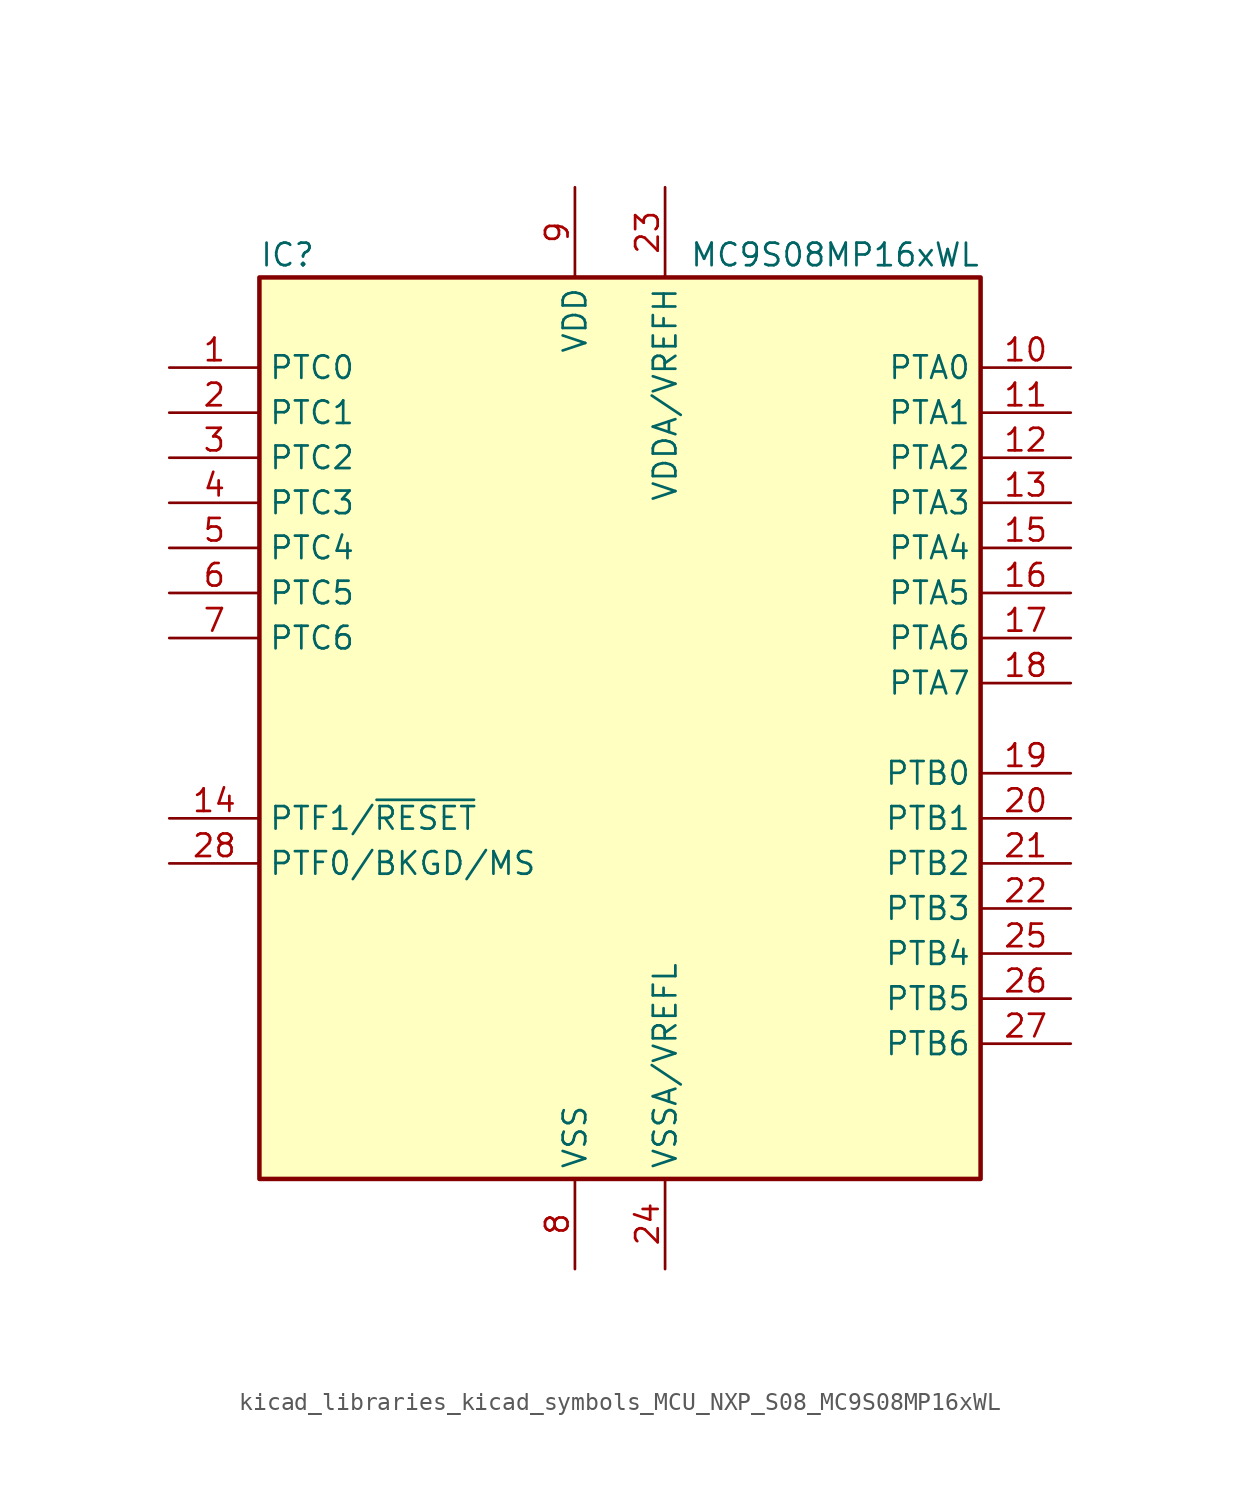
<source format=kicad_sym>
(kicad_symbol_lib
  (version 20220914)
  (generator kicad_symbol_editor)
  (symbol "kicad_libraries_kicad_symbols_MCU_NXP_S08_MC9S08MP16xWL"
    (property "Reference" "IC"
      (at -20.32 26.67 0)
      (effects (font (size 1.27 1.27)) (justify left)))
    (property "Value" "MC9S08MP16xWL"
      (at 20.32 26.67 0)
      (effects (font (size 1.27 1.27)) (justify right)))
    (symbol "kicad_libraries_kicad_symbols_MCU_NXP_S08_MC9S08MP16xWL_0_1"
      (rectangle (start -20.32 25.4) (end 20.32 -25.4) (stroke (width 0.254) (type default)) (fill (type background))))
    (symbol "kicad_libraries_kicad_symbols_MCU_NXP_S08_MC9S08MP16xWL_1_1"
      (pin bidirectional line (at -25.4 20.32 0) (length 5.08) (name "PTC0" (effects (font (size 1.27 1.27)))) (number "1" (effects (font (size 1.27 1.27)))))
      (pin bidirectional line (at 25.4 20.32 180) (length 5.08) (name "PTA0" (effects (font (size 1.27 1.27)))) (number "10" (effects (font (size 1.27 1.27)))))
      (pin bidirectional line (at 25.4 17.78 180) (length 5.08) (name "PTA1" (effects (font (size 1.27 1.27)))) (number "11" (effects (font (size 1.27 1.27)))))
      (pin bidirectional line (at 25.4 15.24 180) (length 5.08) (name "PTA2" (effects (font (size 1.27 1.27)))) (number "12" (effects (font (size 1.27 1.27)))))
      (pin bidirectional line (at 25.4 12.7 180) (length 5.08) (name "PTA3" (effects (font (size 1.27 1.27)))) (number "13" (effects (font (size 1.27 1.27)))))
      (pin bidirectional line (at -25.4 -5.08 0) (length 5.08) (name "PTF1/~{RESET}" (effects (font (size 1.27 1.27)))) (number "14" (effects (font (size 1.27 1.27)))))
      (pin bidirectional line (at 25.4 10.16 180) (length 5.08) (name "PTA4" (effects (font (size 1.27 1.27)))) (number "15" (effects (font (size 1.27 1.27)))))
      (pin bidirectional line (at 25.4 7.62 180) (length 5.08) (name "PTA5" (effects (font (size 1.27 1.27)))) (number "16" (effects (font (size 1.27 1.27)))))
      (pin bidirectional line (at 25.4 5.08 180) (length 5.08) (name "PTA6" (effects (font (size 1.27 1.27)))) (number "17" (effects (font (size 1.27 1.27)))))
      (pin bidirectional line (at 25.4 2.54 180) (length 5.08) (name "PTA7" (effects (font (size 1.27 1.27)))) (number "18" (effects (font (size 1.27 1.27)))))
      (pin bidirectional line (at 25.4 -2.54 180) (length 5.08) (name "PTB0" (effects (font (size 1.27 1.27)))) (number "19" (effects (font (size 1.27 1.27)))))
      (pin bidirectional line (at -25.4 17.78 0) (length 5.08) (name "PTC1" (effects (font (size 1.27 1.27)))) (number "2" (effects (font (size 1.27 1.27)))))
      (pin bidirectional line (at 25.4 -5.08 180) (length 5.08) (name "PTB1" (effects (font (size 1.27 1.27)))) (number "20" (effects (font (size 1.27 1.27)))))
      (pin bidirectional line (at 25.4 -7.62 180) (length 5.08) (name "PTB2" (effects (font (size 1.27 1.27)))) (number "21" (effects (font (size 1.27 1.27)))))
      (pin bidirectional line (at 25.4 -10.16 180) (length 5.08) (name "PTB3" (effects (font (size 1.27 1.27)))) (number "22" (effects (font (size 1.27 1.27)))))
      (pin power_in line (at 2.54 30.48 270) (length 5.08) (name "VDDA/VREFH" (effects (font (size 1.27 1.27)))) (number "23" (effects (font (size 1.27 1.27)))))
      (pin power_in line (at 2.54 -30.48 90) (length 5.08) (name "VSSA/VREFL" (effects (font (size 1.27 1.27)))) (number "24" (effects (font (size 1.27 1.27)))))
      (pin bidirectional line (at 25.4 -12.7 180) (length 5.08) (name "PTB4" (effects (font (size 1.27 1.27)))) (number "25" (effects (font (size 1.27 1.27)))))
      (pin bidirectional line (at 25.4 -15.24 180) (length 5.08) (name "PTB5" (effects (font (size 1.27 1.27)))) (number "26" (effects (font (size 1.27 1.27)))))
      (pin bidirectional line (at 25.4 -17.78 180) (length 5.08) (name "PTB6" (effects (font (size 1.27 1.27)))) (number "27" (effects (font (size 1.27 1.27)))))
      (pin bidirectional line (at -25.4 -7.62 0) (length 5.08) (name "PTF0/BKGD/MS" (effects (font (size 1.27 1.27)))) (number "28" (effects (font (size 1.27 1.27)))))
      (pin bidirectional line (at -25.4 15.24 0) (length 5.08) (name "PTC2" (effects (font (size 1.27 1.27)))) (number "3" (effects (font (size 1.27 1.27)))))
      (pin bidirectional line (at -25.4 12.7 0) (length 5.08) (name "PTC3" (effects (font (size 1.27 1.27)))) (number "4" (effects (font (size 1.27 1.27)))))
      (pin bidirectional line (at -25.4 10.16 0) (length 5.08) (name "PTC4" (effects (font (size 1.27 1.27)))) (number "5" (effects (font (size 1.27 1.27)))))
      (pin bidirectional line (at -25.4 7.62 0) (length 5.08) (name "PTC5" (effects (font (size 1.27 1.27)))) (number "6" (effects (font (size 1.27 1.27)))))
      (pin bidirectional line (at -25.4 5.08 0) (length 5.08) (name "PTC6" (effects (font (size 1.27 1.27)))) (number "7" (effects (font (size 1.27 1.27)))))
      (pin power_in line (at -2.54 -30.48 90) (length 5.08) (name "VSS" (effects (font (size 1.27 1.27)))) (number "8" (effects (font (size 1.27 1.27)))))
      (pin power_in line (at -2.54 30.48 270) (length 5.08) (name "VDD" (effects (font (size 1.27 1.27)))) (number "9" (effects (font (size 1.27 1.27))))))))
</source>
